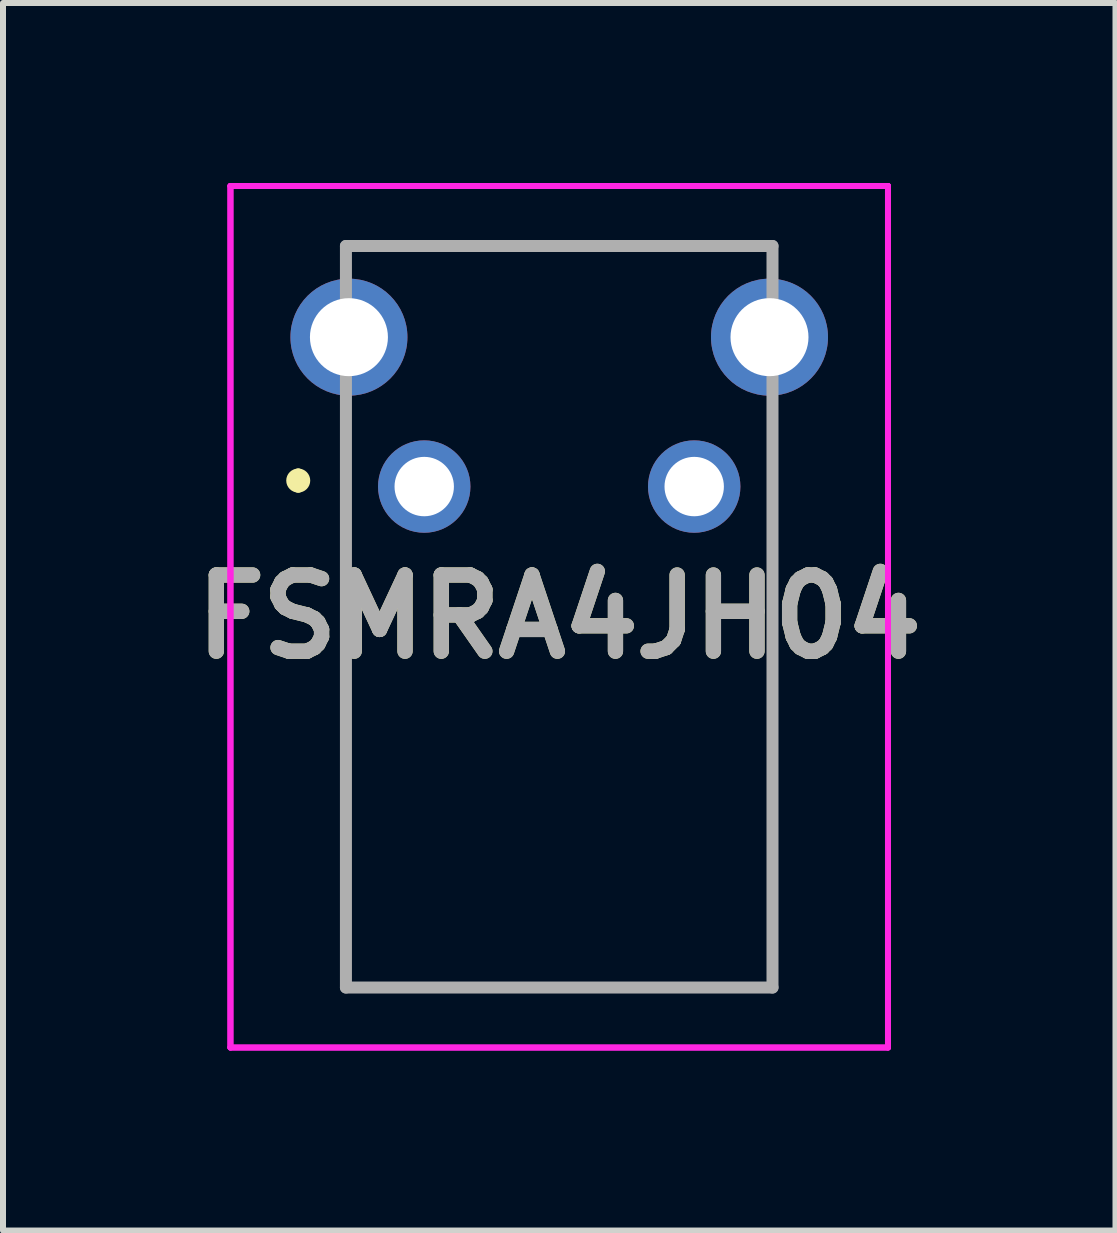
<source format=kicad_pcb>
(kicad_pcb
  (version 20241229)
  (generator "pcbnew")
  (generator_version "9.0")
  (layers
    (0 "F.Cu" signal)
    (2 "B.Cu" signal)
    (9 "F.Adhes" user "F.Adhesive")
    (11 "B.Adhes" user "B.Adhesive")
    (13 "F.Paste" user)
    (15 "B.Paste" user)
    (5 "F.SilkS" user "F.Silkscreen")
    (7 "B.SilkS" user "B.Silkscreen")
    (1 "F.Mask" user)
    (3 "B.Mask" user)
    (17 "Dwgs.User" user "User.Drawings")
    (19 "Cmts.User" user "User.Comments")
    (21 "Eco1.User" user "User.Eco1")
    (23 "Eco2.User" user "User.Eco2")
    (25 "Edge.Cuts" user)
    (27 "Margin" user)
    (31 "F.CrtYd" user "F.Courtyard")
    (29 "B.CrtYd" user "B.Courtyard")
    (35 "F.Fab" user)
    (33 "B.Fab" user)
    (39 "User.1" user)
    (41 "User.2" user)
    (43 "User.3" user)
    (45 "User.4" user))
  (footprint "FSMRA4JH04"
    (layer "F.Cu")
    (at 4.021 5.06)
    (property "Reference" "FSMRA4JH04" (at 2.25 2.17 0) (layer "F.SilkS") (effects (font (size 1.27 1.27) (thickness 0.254))))
    (attr through_hole)
    (fp_line (start -2.1 -0.2) (end -2.1 -0.2) (stroke (width 0.2) (type solid)) (layer "F.SilkS"))
    (fp_line (start -2.1 0) (end -2.1 0) (stroke (width 0.2) (type solid)) (layer "F.SilkS"))
    (fp_line (start -1.305 8.35) (end -1.305 -1) (stroke (width 0.1) (type solid)) (layer "F.SilkS"))
    (fp_line (start -1.255 -4.01) (end 5.75 -4.01) (stroke (width 0.1) (type solid)) (layer "F.SilkS"))
    (fp_line (start 5.805 -1) (end 5.805 8.35) (stroke (width 0.1) (type solid)) (layer "F.SilkS"))
    (fp_line (start 5.805 8.35) (end -1.305 8.35) (stroke (width 0.1) (type solid)) (layer "F.SilkS"))
    (fp_arc (start -2.1 -0.2) (mid -2 -0.1) (end -2.1 0) (stroke (width 0.2) (type solid)) (layer "F.SilkS"))
    (fp_arc (start -2.1 0) (mid -2.2 -0.1) (end -2.1 -0.2) (stroke (width 0.2) (type solid)) (layer "F.SilkS"))
    (fp_line (start -3.23 -5.01) (end 7.73 -5.01) (stroke (width 0.1) (type solid)) (layer "F.CrtYd"))
    (fp_line (start -3.23 -5.01) (end 7.73 -5.01) (stroke (width 0.1) (type solid)) (layer "F.CrtYd"))
    (fp_line (start -3.23 9.35) (end -3.23 -5.01) (stroke (width 0.1) (type solid)) (layer "F.CrtYd"))
    (fp_line (start -3.23 9.35) (end -3.23 -5.01) (stroke (width 0.1) (type solid)) (layer "F.CrtYd"))
    (fp_line (start 7.73 -5.01) (end 7.73 9.35) (stroke (width 0.1) (type solid)) (layer "F.CrtYd"))
    (fp_line (start 7.73 -5.01) (end 7.73 9.35) (stroke (width 0.1) (type solid)) (layer "F.CrtYd"))
    (fp_line (start 7.73 9.35) (end -3.23 9.35) (stroke (width 0.1) (type solid)) (layer "F.CrtYd"))
    (fp_line (start 7.73 9.35) (end -3.23 9.35) (stroke (width 0.1) (type solid)) (layer "F.CrtYd"))
    (fp_line (start -1.305 -4.01) (end 5.805 -4.01) (stroke (width 0.2) (type solid)) (layer "F.Fab"))
    (fp_line (start -1.305 8.35) (end -1.305 -4.01) (stroke (width 0.2) (type solid)) (layer "F.Fab"))
    (fp_line (start 5.805 -4.01) (end 5.805 8.35) (stroke (width 0.2) (type solid)) (layer "F.Fab"))
    (fp_line (start 5.805 8.35) (end -1.305 8.35) (stroke (width 0.2) (type solid)) (layer "F.Fab"))
    (fp_text user "${REFERENCE}" (at 2.25 2.17 0) (layer "F.Fab") (effects (font (size 1.27 1.27) (thickness 0.254))))
    (pad "1" thru_hole circle (at 0 0) (size 1.54 1.54) (drill 0.99) (layers "*.Cu" "*.Mask"))
    (pad "2" thru_hole circle (at 4.5 0) (size 1.54 1.54) (drill 0.99) (layers "*.Cu" "*.Mask"))
    (pad "3" thru_hole circle (at 5.755 -2.49) (size 1.95 1.95) (drill 1.3) (layers "*.Cu" "*.Mask"))
    (pad "4" thru_hole circle (at -1.255 -2.49) (size 1.95 1.95) (drill 1.3) (layers "*.Cu" "*.Mask")))
  (gr_rect
    (start -3 -3)
    (end 15.543 17.46)
    (stroke (width 0.1) (type default))
    (fill no)
    (layer "Edge.Cuts")))
</source>
